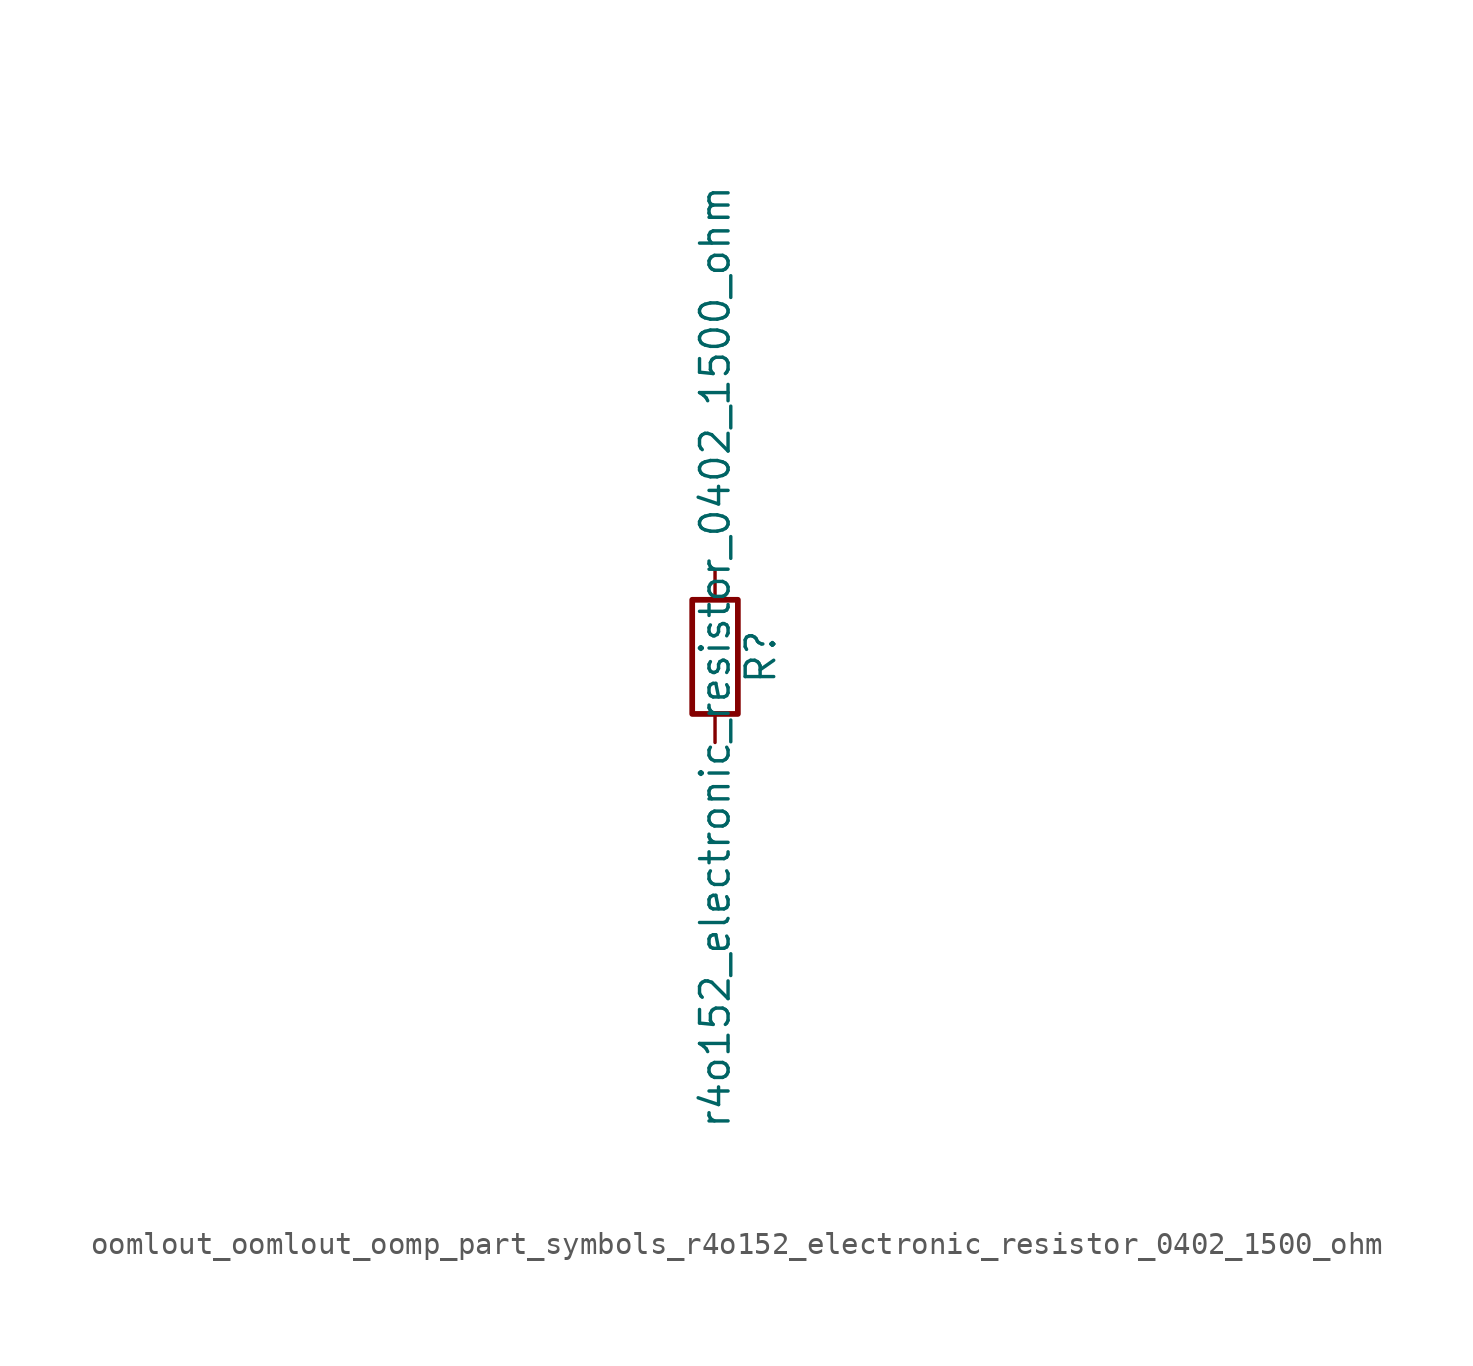
<source format=kicad_sym>
(kicad_symbol_lib
  (version 20220914)
  (generator kicad_symbol_editor)
  (symbol "oomlout_oomlout_oomp_part_symbols_r4o152_electronic_resistor_0402_1500_ohm"
    (pin_numbers hide)
    (pin_names
      (offset 0))
    (property "Reference" "R"
      (at 2.032 0 90)
      (effects (font (size 1.27 1.27))))
    (property "Value" "r4o152_electronic_resistor_0402_1500_ohm"
      (at 0 0 90)
      (effects (font (size 1.27 1.27))))
    (symbol "oomlout_oomlout_oomp_part_symbols_r4o152_electronic_resistor_0402_1500_ohm_0_1"
      (rectangle (start -1.016 -2.54) (end 1.016 2.54) (stroke (width 0.254) (type default)) (fill (type none))))
    (symbol "oomlout_oomlout_oomp_part_symbols_r4o152_electronic_resistor_0402_1500_ohm_1_1"
      (pin passive line (at 0 3.81 270) (length 1.27) (name "~" (effects (font (size 1.27 1.27)))) (number "1" (effects (font (size 1.27 1.27)))))
      (pin passive line (at 0 -3.81 90) (length 1.27) (name "~" (effects (font (size 1.27 1.27)))) (number "2" (effects (font (size 1.27 1.27))))))))
</source>
